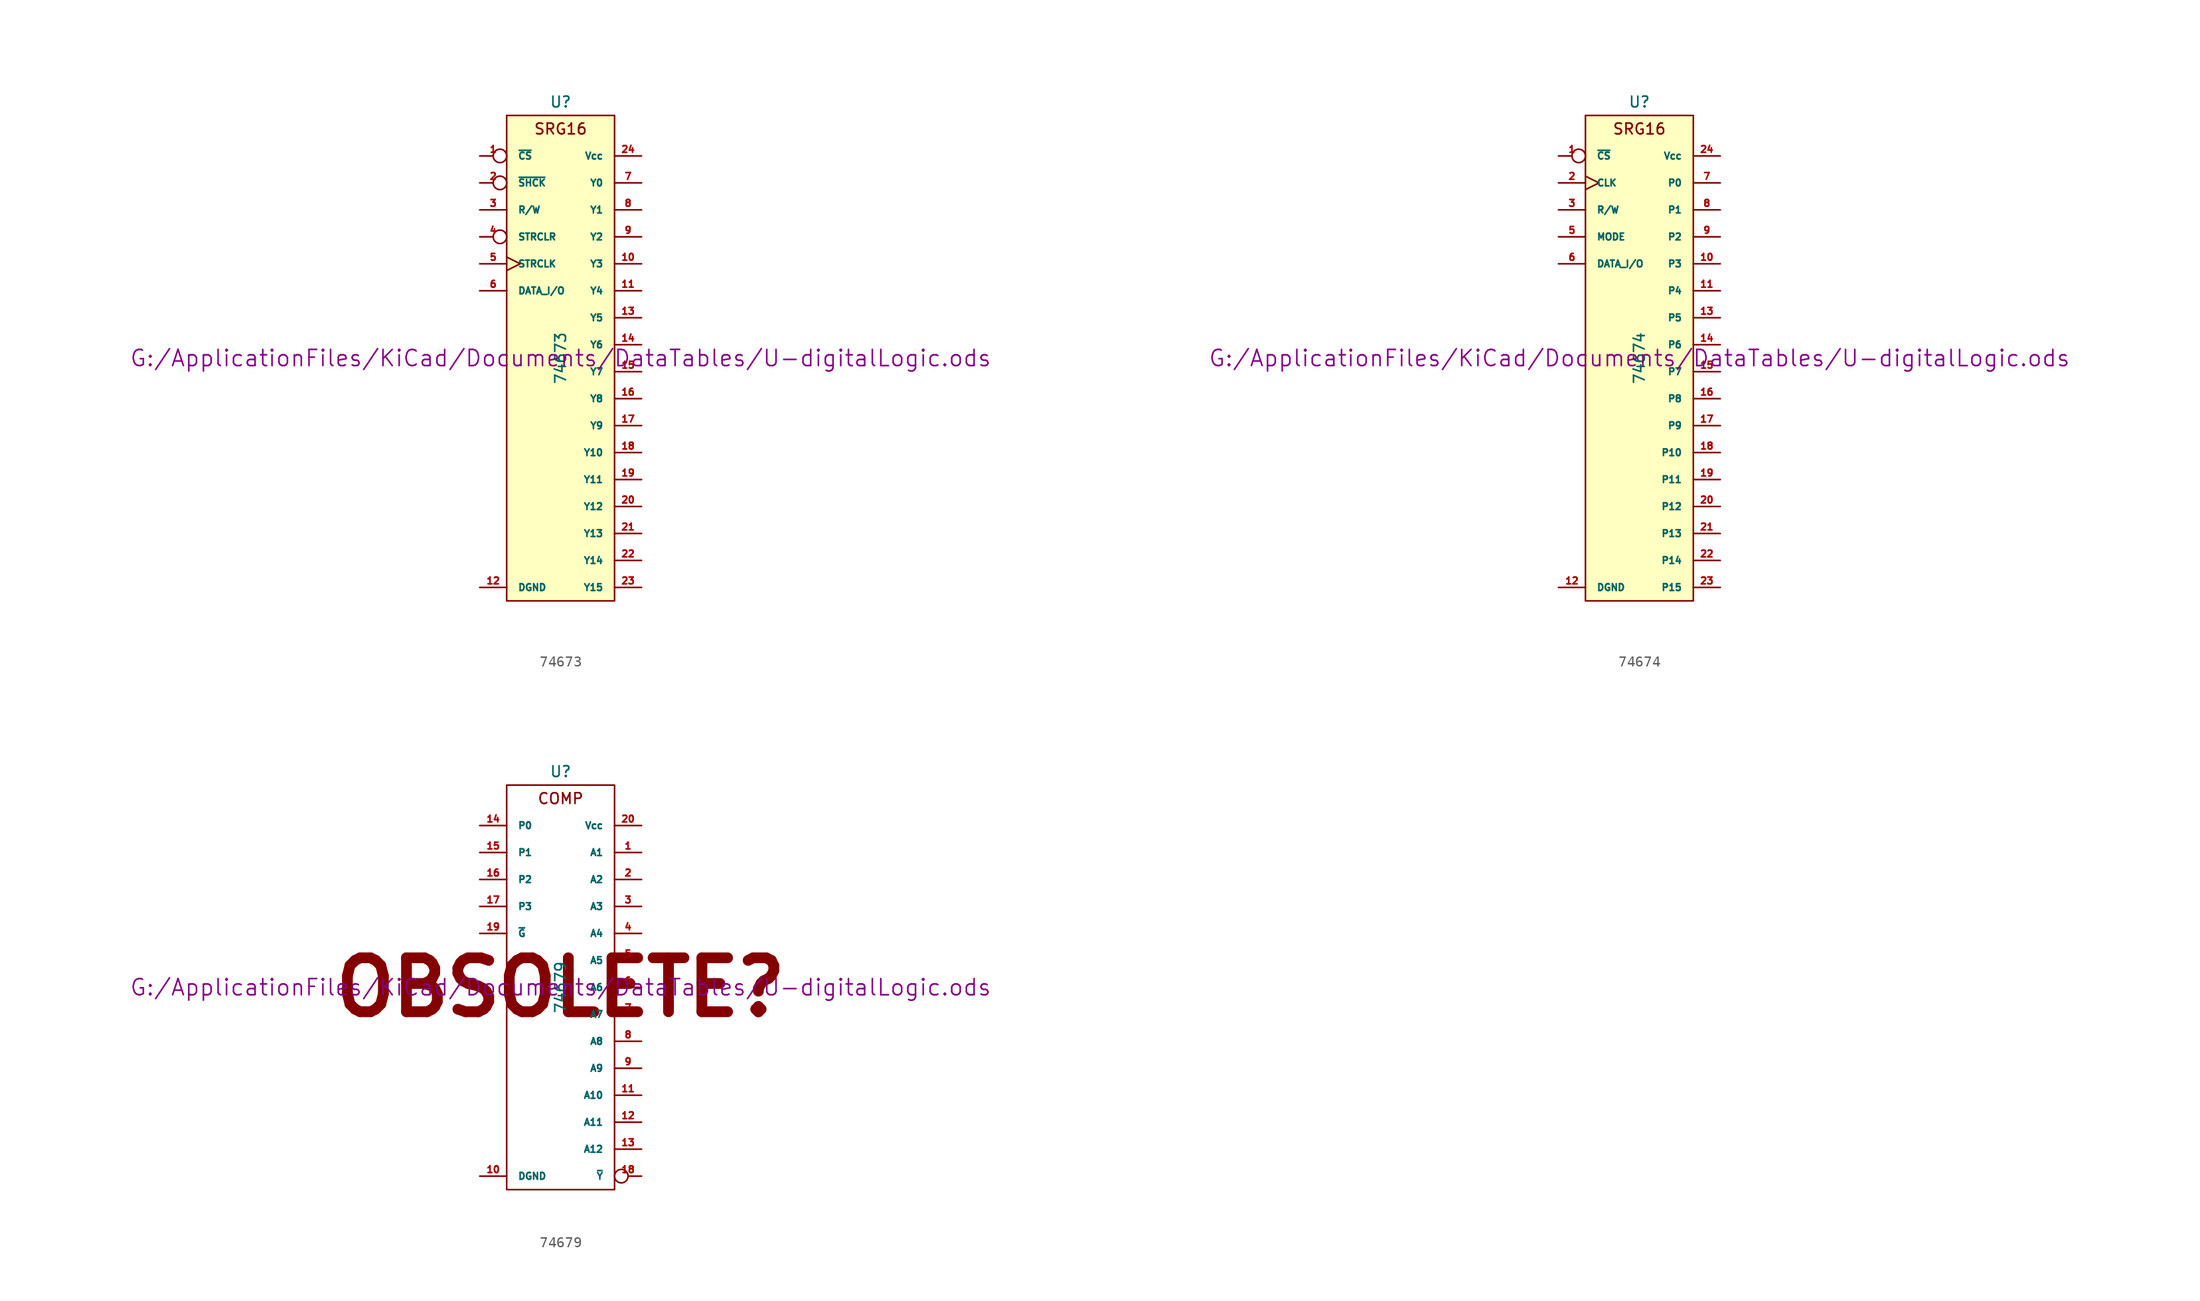
<source format=kicad_sym>
(kicad_symbol_lib
  (version 20211014)
  (generator kicad_symbol_editor)
  (symbol "74673"
    (pin_names
      (offset 1.016))
    (property "Reference" "U"
      (at 0 24.13 0)
      (effects (font (size 1.016 1.016))))
    (property "Value" "74673"
      (at 0 0 90)
      (effects (font (size 1.016 1.016))))
    (property "Footprint" ""
      (at 0 0 0)
      (effects (font (size 1.524 1.524))))
    (property "Datasheet" "G:/ApplicationFiles/KiCad/Documents/DataTables/U-digitalLogic.ods"
      (at 0 0 0)
      (effects (font (size 1.524 1.524))))
    (symbol "74673_0_0"
      (text "SRG16" (at 0 21.59 0) (effects (font (size 1.016 1.016)))))
    (symbol "74673_0_1"
      (rectangle (start -5.08 22.86) (end 5.08 -22.86) (stroke (width 0) (type default) (color 0 0 0 0)) (fill (type background))))
    (symbol "74673_1_1"
      (pin input inverted (at -7.62 19.05 0) (length 2.54) (name "~{CS}" (effects (font (size 0.635 0.635)))) (number "1" (effects (font (size 0.635 0.635)))))
      (pin output line (at 7.62 8.89 180) (length 2.54) (name "Y3" (effects (font (size 0.635 0.635)))) (number "10" (effects (font (size 0.635 0.635)))))
      (pin output line (at 7.62 6.35 180) (length 2.54) (name "Y4" (effects (font (size 0.635 0.635)))) (number "11" (effects (font (size 0.635 0.635)))))
      (pin power_in line (at -7.62 -21.59 0) (length 2.54) (name "DGND" (effects (font (size 0.635 0.635)))) (number "12" (effects (font (size 0.635 0.635)))))
      (pin output line (at 7.62 3.81 180) (length 2.54) (name "Y5" (effects (font (size 0.635 0.635)))) (number "13" (effects (font (size 0.635 0.635)))))
      (pin output line (at 7.62 1.27 180) (length 2.54) (name "Y6" (effects (font (size 0.635 0.635)))) (number "14" (effects (font (size 0.635 0.635)))))
      (pin output line (at 7.62 -1.27 180) (length 2.54) (name "Y7" (effects (font (size 0.635 0.635)))) (number "15" (effects (font (size 0.635 0.635)))))
      (pin output line (at 7.62 -3.81 180) (length 2.54) (name "Y8" (effects (font (size 0.635 0.635)))) (number "16" (effects (font (size 0.635 0.635)))))
      (pin output line (at 7.62 -6.35 180) (length 2.54) (name "Y9" (effects (font (size 0.635 0.635)))) (number "17" (effects (font (size 0.635 0.635)))))
      (pin output line (at 7.62 -8.89 180) (length 2.54) (name "Y10" (effects (font (size 0.635 0.635)))) (number "18" (effects (font (size 0.635 0.635)))))
      (pin output line (at 7.62 -11.43 180) (length 2.54) (name "Y11" (effects (font (size 0.635 0.635)))) (number "19" (effects (font (size 0.635 0.635)))))
      (pin input inverted (at -7.62 16.51 0) (length 2.54) (name "~{SHCK}" (effects (font (size 0.635 0.635)))) (number "2" (effects (font (size 0.635 0.635)))))
      (pin output line (at 7.62 -13.97 180) (length 2.54) (name "Y12" (effects (font (size 0.635 0.635)))) (number "20" (effects (font (size 0.635 0.635)))))
      (pin output line (at 7.62 -16.51 180) (length 2.54) (name "Y13" (effects (font (size 0.635 0.635)))) (number "21" (effects (font (size 0.635 0.635)))))
      (pin output line (at 7.62 -19.05 180) (length 2.54) (name "Y14" (effects (font (size 0.635 0.635)))) (number "22" (effects (font (size 0.635 0.635)))))
      (pin output line (at 7.62 -21.59 180) (length 2.54) (name "Y15" (effects (font (size 0.635 0.635)))) (number "23" (effects (font (size 0.635 0.635)))))
      (pin power_in line (at 7.62 19.05 180) (length 2.54) (name "Vcc" (effects (font (size 0.635 0.635)))) (number "24" (effects (font (size 0.635 0.635)))))
      (pin input line (at -7.62 13.97 0) (length 2.54) (name "R/W" (effects (font (size 0.635 0.635)))) (number "3" (effects (font (size 0.635 0.635)))))
      (pin tri_state inverted (at -7.62 11.43 0) (length 2.54) (name "STRCLR" (effects (font (size 0.635 0.635)))) (number "4" (effects (font (size 0.635 0.635)))))
      (pin tri_state clock (at -7.62 8.89 0) (length 2.54) (name "STRCLK" (effects (font (size 0.635 0.635)))) (number "5" (effects (font (size 0.635 0.635)))))
      (pin tri_state line (at -7.62 6.35 0) (length 2.54) (name "DATA_I/O" (effects (font (size 0.635 0.635)))) (number "6" (effects (font (size 0.635 0.635)))))
      (pin output line (at 7.62 16.51 180) (length 2.54) (name "Y0" (effects (font (size 0.635 0.635)))) (number "7" (effects (font (size 0.635 0.635)))))
      (pin output line (at 7.62 13.97 180) (length 2.54) (name "Y1" (effects (font (size 0.635 0.635)))) (number "8" (effects (font (size 0.635 0.635)))))
      (pin output line (at 7.62 11.43 180) (length 2.54) (name "Y2" (effects (font (size 0.635 0.635)))) (number "9" (effects (font (size 0.635 0.635)))))))
  (symbol "74674"
    (pin_names
      (offset 1.016))
    (property "Reference" "U"
      (at 0 24.13 0)
      (effects (font (size 1.016 1.016))))
    (property "Value" "74674"
      (at 0 0 90)
      (effects (font (size 1.016 1.016))))
    (property "Footprint" ""
      (at 0 0 0)
      (effects (font (size 1.524 1.524))))
    (property "Datasheet" "G:/ApplicationFiles/KiCad/Documents/DataTables/U-digitalLogic.ods"
      (at 0 0 0)
      (effects (font (size 1.524 1.524))))
    (symbol "74674_0_0"
      (text "SRG16" (at 0 21.59 0) (effects (font (size 1.016 1.016)))))
    (symbol "74674_0_1"
      (rectangle (start -5.08 22.86) (end 5.08 -22.86) (stroke (width 0) (type default) (color 0 0 0 0)) (fill (type background))))
    (symbol "74674_1_1"
      (pin input inverted (at -7.62 19.05 0) (length 2.54) (name "~{CS}" (effects (font (size 0.635 0.635)))) (number "1" (effects (font (size 0.635 0.635)))))
      (pin output line (at 7.62 8.89 180) (length 2.54) (name "P3" (effects (font (size 0.635 0.635)))) (number "10" (effects (font (size 0.635 0.635)))))
      (pin output line (at 7.62 6.35 180) (length 2.54) (name "P4" (effects (font (size 0.635 0.635)))) (number "11" (effects (font (size 0.635 0.635)))))
      (pin power_in line (at -7.62 -21.59 0) (length 2.54) (name "DGND" (effects (font (size 0.635 0.635)))) (number "12" (effects (font (size 0.635 0.635)))))
      (pin output line (at 7.62 3.81 180) (length 2.54) (name "P5" (effects (font (size 0.635 0.635)))) (number "13" (effects (font (size 0.635 0.635)))))
      (pin output line (at 7.62 1.27 180) (length 2.54) (name "P6" (effects (font (size 0.635 0.635)))) (number "14" (effects (font (size 0.635 0.635)))))
      (pin output line (at 7.62 -1.27 180) (length 2.54) (name "P7" (effects (font (size 0.635 0.635)))) (number "15" (effects (font (size 0.635 0.635)))))
      (pin output line (at 7.62 -3.81 180) (length 2.54) (name "P8" (effects (font (size 0.635 0.635)))) (number "16" (effects (font (size 0.635 0.635)))))
      (pin output line (at 7.62 -6.35 180) (length 2.54) (name "P9" (effects (font (size 0.635 0.635)))) (number "17" (effects (font (size 0.635 0.635)))))
      (pin output line (at 7.62 -8.89 180) (length 2.54) (name "P10" (effects (font (size 0.635 0.635)))) (number "18" (effects (font (size 0.635 0.635)))))
      (pin output line (at 7.62 -11.43 180) (length 2.54) (name "P11" (effects (font (size 0.635 0.635)))) (number "19" (effects (font (size 0.635 0.635)))))
      (pin input clock (at -7.62 16.51 0) (length 2.54) (name "CLK" (effects (font (size 0.635 0.635)))) (number "2" (effects (font (size 0.635 0.635)))))
      (pin output line (at 7.62 -13.97 180) (length 2.54) (name "P12" (effects (font (size 0.635 0.635)))) (number "20" (effects (font (size 0.635 0.635)))))
      (pin output line (at 7.62 -16.51 180) (length 2.54) (name "P13" (effects (font (size 0.635 0.635)))) (number "21" (effects (font (size 0.635 0.635)))))
      (pin output line (at 7.62 -19.05 180) (length 2.54) (name "P14" (effects (font (size 0.635 0.635)))) (number "22" (effects (font (size 0.635 0.635)))))
      (pin output line (at 7.62 -21.59 180) (length 2.54) (name "P15" (effects (font (size 0.635 0.635)))) (number "23" (effects (font (size 0.635 0.635)))))
      (pin power_in line (at 7.62 19.05 180) (length 2.54) (name "Vcc" (effects (font (size 0.635 0.635)))) (number "24" (effects (font (size 0.635 0.635)))))
      (pin input line (at -7.62 13.97 0) (length 2.54) (name "R/W" (effects (font (size 0.635 0.635)))) (number "3" (effects (font (size 0.635 0.635)))))
      (pin tri_state line (at -7.62 11.43 0) (length 2.54) (name "MODE" (effects (font (size 0.635 0.635)))) (number "5" (effects (font (size 0.635 0.635)))))
      (pin tri_state line (at -7.62 8.89 0) (length 2.54) (name "DATA_I/O" (effects (font (size 0.635 0.635)))) (number "6" (effects (font (size 0.635 0.635)))))
      (pin output line (at 7.62 16.51 180) (length 2.54) (name "P0" (effects (font (size 0.635 0.635)))) (number "7" (effects (font (size 0.635 0.635)))))
      (pin output line (at 7.62 13.97 180) (length 2.54) (name "P1" (effects (font (size 0.635 0.635)))) (number "8" (effects (font (size 0.635 0.635)))))
      (pin output line (at 7.62 11.43 180) (length 2.54) (name "P2" (effects (font (size 0.635 0.635)))) (number "9" (effects (font (size 0.635 0.635)))))))
  (symbol "74679"
    (pin_names
      (offset 1.016))
    (property "Reference" "U"
      (at 0 20.32 0)
      (effects (font (size 1.016 1.016))))
    (property "Value" "74679"
      (at 0 0 90)
      (effects (font (size 1.016 1.016))))
    (property "Footprint" ""
      (at 0 0 0)
      (effects (font (size 1.524 1.524))))
    (property "Datasheet" "G:/ApplicationFiles/KiCad/Documents/DataTables/U-digitalLogic.ods"
      (at 0 0 0)
      (effects (font (size 1.524 1.524))))
    (symbol "74679_0_0"
      (text "COMP" (at 0 17.78 0) (effects (font (size 1.016 1.016))))
      (text "OBSOLETE?" (at 0 0 0) (effects (font (size 5.08 5.08) bold))))
    (symbol "74679_0_1"
      (rectangle (start -5.08 19.05) (end 5.08 -19.05) (stroke (width 0) (type default) (color 0 0 0 0)) (fill (type none))))
    (symbol "74679_1_1"
      (pin input line (at 7.62 12.7 180) (length 2.54) (name "A1" (effects (font (size 0.635 0.635)))) (number "1" (effects (font (size 0.635 0.635)))))
      (pin power_in line (at -7.62 -17.78 0) (length 2.54) (name "DGND" (effects (font (size 0.635 0.635)))) (number "10" (effects (font (size 0.635 0.635)))))
      (pin input line (at 7.62 -10.16 180) (length 2.54) (name "A10" (effects (font (size 0.635 0.635)))) (number "11" (effects (font (size 0.635 0.635)))))
      (pin input line (at 7.62 -12.7 180) (length 2.54) (name "A11" (effects (font (size 0.635 0.635)))) (number "12" (effects (font (size 0.635 0.635)))))
      (pin input line (at 7.62 -15.24 180) (length 2.54) (name "A12" (effects (font (size 0.635 0.635)))) (number "13" (effects (font (size 0.635 0.635)))))
      (pin input line (at -7.62 15.24 0) (length 2.54) (name "P0" (effects (font (size 0.635 0.635)))) (number "14" (effects (font (size 0.635 0.635)))))
      (pin input line (at -7.62 12.7 0) (length 2.54) (name "P1" (effects (font (size 0.635 0.635)))) (number "15" (effects (font (size 0.635 0.635)))))
      (pin input line (at -7.62 10.16 0) (length 2.54) (name "P2" (effects (font (size 0.635 0.635)))) (number "16" (effects (font (size 0.635 0.635)))))
      (pin input line (at -7.62 7.62 0) (length 2.54) (name "P3" (effects (font (size 0.635 0.635)))) (number "17" (effects (font (size 0.635 0.635)))))
      (pin output inverted (at 7.62 -17.78 180) (length 2.54) (name "~{Y}" (effects (font (size 0.635 0.635)))) (number "18" (effects (font (size 0.635 0.635)))))
      (pin input line (at -7.62 5.08 0) (length 2.54) (name "~{G}" (effects (font (size 0.635 0.635)))) (number "19" (effects (font (size 0.635 0.635)))))
      (pin input line (at 7.62 10.16 180) (length 2.54) (name "A2" (effects (font (size 0.635 0.635)))) (number "2" (effects (font (size 0.635 0.635)))))
      (pin power_in line (at 7.62 15.24 180) (length 2.54) (name "Vcc" (effects (font (size 0.635 0.635)))) (number "20" (effects (font (size 0.635 0.635)))))
      (pin input line (at 7.62 7.62 180) (length 2.54) (name "A3" (effects (font (size 0.635 0.635)))) (number "3" (effects (font (size 0.635 0.635)))))
      (pin input line (at 7.62 5.08 180) (length 2.54) (name "A4" (effects (font (size 0.635 0.635)))) (number "4" (effects (font (size 0.635 0.635)))))
      (pin input line (at 7.62 2.54 180) (length 2.54) (name "A5" (effects (font (size 0.635 0.635)))) (number "5" (effects (font (size 0.635 0.635)))))
      (pin input line (at 7.62 0 180) (length 2.54) (name "A6" (effects (font (size 0.635 0.635)))) (number "6" (effects (font (size 0.635 0.635)))))
      (pin input line (at 7.62 -2.54 180) (length 2.54) (name "A7" (effects (font (size 0.635 0.635)))) (number "7" (effects (font (size 0.635 0.635)))))
      (pin input line (at 7.62 -5.08 180) (length 2.54) (name "A8" (effects (font (size 0.635 0.635)))) (number "8" (effects (font (size 0.635 0.635)))))
      (pin input line (at 7.62 -7.62 180) (length 2.54) (name "A9" (effects (font (size 0.635 0.635)))) (number "9" (effects (font (size 0.635 0.635))))))))
</source>
